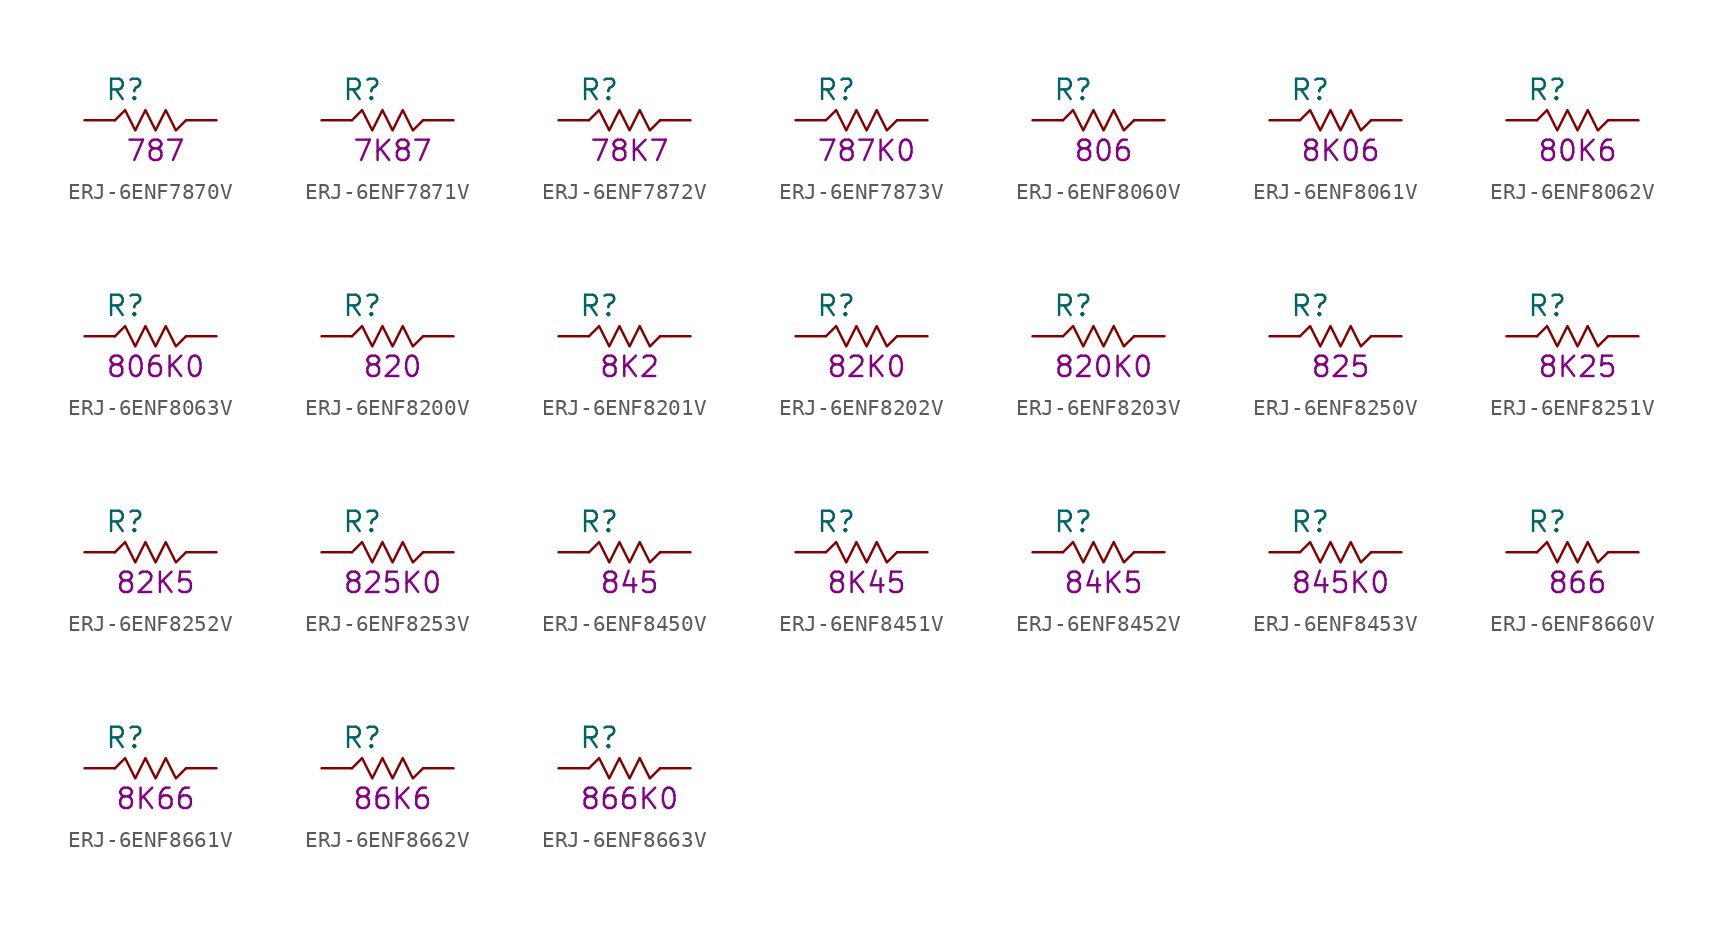
<source format=kicad_sym>
(kicad_symbol_lib
  (version 20211014)
  (generator KiCadLib_py)
  (symbol "ERJ-6ENF7870V"
    (pin_numbers hide)
    (pin_names hide)
    (property "Reference" "R"
      (at -1.905 1.905 0)
      (effects (font (size 1.27 1.27))))
    (property "Val" "787"
      (at 0 -1.905 0)
      (effects (font (size 1.27 1.27))))
    (symbol "ERJ-6ENF7870V_0_1"
      (polyline (pts (xy -2.54 0) (xy -1.905 0.635) (xy -1.27 -0.635) (xy -0.635 0.635) (xy 0 -0.635) (xy 0.635 0.635) (xy 1.27 -0.635) (xy 1.905 0)) (stroke (width 0) (type default) (color 0 0 0 0)) (fill (type none))))
    (symbol "ERJ-6ENF7870V_1_1"
      (pin passive line (at -4.445 0 0) (length 1.905) (name "~" (effects (font (size 1.27 1.27)))) (number "1" (effects (font (size 1.27 1.27)))))
      (pin passive line (at 3.81 0 180) (length 1.905) (name "~" (effects (font (size 1.27 1.27)))) (number "2" (effects (font (size 1.27 1.27)))))))
  (symbol "ERJ-6ENF7871V"
    (pin_numbers hide)
    (pin_names hide)
    (property "Reference" "R"
      (at -1.905 1.905 0)
      (effects (font (size 1.27 1.27))))
    (property "Val" "7K87"
      (at 0 -1.905 0)
      (effects (font (size 1.27 1.27))))
    (symbol "ERJ-6ENF7871V_0_1"
      (polyline (pts (xy -2.54 0) (xy -1.905 0.635) (xy -1.27 -0.635) (xy -0.635 0.635) (xy 0 -0.635) (xy 0.635 0.635) (xy 1.27 -0.635) (xy 1.905 0)) (stroke (width 0) (type default) (color 0 0 0 0)) (fill (type none))))
    (symbol "ERJ-6ENF7871V_1_1"
      (pin passive line (at -4.445 0 0) (length 1.905) (name "~" (effects (font (size 1.27 1.27)))) (number "1" (effects (font (size 1.27 1.27)))))
      (pin passive line (at 3.81 0 180) (length 1.905) (name "~" (effects (font (size 1.27 1.27)))) (number "2" (effects (font (size 1.27 1.27)))))))
  (symbol "ERJ-6ENF7872V"
    (pin_numbers hide)
    (pin_names hide)
    (property "Reference" "R"
      (at -1.905 1.905 0)
      (effects (font (size 1.27 1.27))))
    (property "Val" "78K7"
      (at 0 -1.905 0)
      (effects (font (size 1.27 1.27))))
    (symbol "ERJ-6ENF7872V_0_1"
      (polyline (pts (xy -2.54 0) (xy -1.905 0.635) (xy -1.27 -0.635) (xy -0.635 0.635) (xy 0 -0.635) (xy 0.635 0.635) (xy 1.27 -0.635) (xy 1.905 0)) (stroke (width 0) (type default) (color 0 0 0 0)) (fill (type none))))
    (symbol "ERJ-6ENF7872V_1_1"
      (pin passive line (at -4.445 0 0) (length 1.905) (name "~" (effects (font (size 1.27 1.27)))) (number "1" (effects (font (size 1.27 1.27)))))
      (pin passive line (at 3.81 0 180) (length 1.905) (name "~" (effects (font (size 1.27 1.27)))) (number "2" (effects (font (size 1.27 1.27)))))))
  (symbol "ERJ-6ENF7873V"
    (pin_numbers hide)
    (pin_names hide)
    (property "Reference" "R"
      (at -1.905 1.905 0)
      (effects (font (size 1.27 1.27))))
    (property "Val" "787K0"
      (at 0 -1.905 0)
      (effects (font (size 1.27 1.27))))
    (symbol "ERJ-6ENF7873V_0_1"
      (polyline (pts (xy -2.54 0) (xy -1.905 0.635) (xy -1.27 -0.635) (xy -0.635 0.635) (xy 0 -0.635) (xy 0.635 0.635) (xy 1.27 -0.635) (xy 1.905 0)) (stroke (width 0) (type default) (color 0 0 0 0)) (fill (type none))))
    (symbol "ERJ-6ENF7873V_1_1"
      (pin passive line (at -4.445 0 0) (length 1.905) (name "~" (effects (font (size 1.27 1.27)))) (number "1" (effects (font (size 1.27 1.27)))))
      (pin passive line (at 3.81 0 180) (length 1.905) (name "~" (effects (font (size 1.27 1.27)))) (number "2" (effects (font (size 1.27 1.27)))))))
  (symbol "ERJ-6ENF8060V"
    (pin_numbers hide)
    (pin_names hide)
    (property "Reference" "R"
      (at -1.905 1.905 0)
      (effects (font (size 1.27 1.27))))
    (property "Val" "806"
      (at 0 -1.905 0)
      (effects (font (size 1.27 1.27))))
    (symbol "ERJ-6ENF8060V_0_1"
      (polyline (pts (xy -2.54 0) (xy -1.905 0.635) (xy -1.27 -0.635) (xy -0.635 0.635) (xy 0 -0.635) (xy 0.635 0.635) (xy 1.27 -0.635) (xy 1.905 0)) (stroke (width 0) (type default) (color 0 0 0 0)) (fill (type none))))
    (symbol "ERJ-6ENF8060V_1_1"
      (pin passive line (at -4.445 0 0) (length 1.905) (name "~" (effects (font (size 1.27 1.27)))) (number "1" (effects (font (size 1.27 1.27)))))
      (pin passive line (at 3.81 0 180) (length 1.905) (name "~" (effects (font (size 1.27 1.27)))) (number "2" (effects (font (size 1.27 1.27)))))))
  (symbol "ERJ-6ENF8061V"
    (pin_numbers hide)
    (pin_names hide)
    (property "Reference" "R"
      (at -1.905 1.905 0)
      (effects (font (size 1.27 1.27))))
    (property "Val" "8K06"
      (at 0 -1.905 0)
      (effects (font (size 1.27 1.27))))
    (symbol "ERJ-6ENF8061V_0_1"
      (polyline (pts (xy -2.54 0) (xy -1.905 0.635) (xy -1.27 -0.635) (xy -0.635 0.635) (xy 0 -0.635) (xy 0.635 0.635) (xy 1.27 -0.635) (xy 1.905 0)) (stroke (width 0) (type default) (color 0 0 0 0)) (fill (type none))))
    (symbol "ERJ-6ENF8061V_1_1"
      (pin passive line (at -4.445 0 0) (length 1.905) (name "~" (effects (font (size 1.27 1.27)))) (number "1" (effects (font (size 1.27 1.27)))))
      (pin passive line (at 3.81 0 180) (length 1.905) (name "~" (effects (font (size 1.27 1.27)))) (number "2" (effects (font (size 1.27 1.27)))))))
  (symbol "ERJ-6ENF8062V"
    (pin_numbers hide)
    (pin_names hide)
    (property "Reference" "R"
      (at -1.905 1.905 0)
      (effects (font (size 1.27 1.27))))
    (property "Val" "80K6"
      (at 0 -1.905 0)
      (effects (font (size 1.27 1.27))))
    (symbol "ERJ-6ENF8062V_0_1"
      (polyline (pts (xy -2.54 0) (xy -1.905 0.635) (xy -1.27 -0.635) (xy -0.635 0.635) (xy 0 -0.635) (xy 0.635 0.635) (xy 1.27 -0.635) (xy 1.905 0)) (stroke (width 0) (type default) (color 0 0 0 0)) (fill (type none))))
    (symbol "ERJ-6ENF8062V_1_1"
      (pin passive line (at -4.445 0 0) (length 1.905) (name "~" (effects (font (size 1.27 1.27)))) (number "1" (effects (font (size 1.27 1.27)))))
      (pin passive line (at 3.81 0 180) (length 1.905) (name "~" (effects (font (size 1.27 1.27)))) (number "2" (effects (font (size 1.27 1.27)))))))
  (symbol "ERJ-6ENF8063V"
    (pin_numbers hide)
    (pin_names hide)
    (property "Reference" "R"
      (at -1.905 1.905 0)
      (effects (font (size 1.27 1.27))))
    (property "Val" "806K0"
      (at 0 -1.905 0)
      (effects (font (size 1.27 1.27))))
    (symbol "ERJ-6ENF8063V_0_1"
      (polyline (pts (xy -2.54 0) (xy -1.905 0.635) (xy -1.27 -0.635) (xy -0.635 0.635) (xy 0 -0.635) (xy 0.635 0.635) (xy 1.27 -0.635) (xy 1.905 0)) (stroke (width 0) (type default) (color 0 0 0 0)) (fill (type none))))
    (symbol "ERJ-6ENF8063V_1_1"
      (pin passive line (at -4.445 0 0) (length 1.905) (name "~" (effects (font (size 1.27 1.27)))) (number "1" (effects (font (size 1.27 1.27)))))
      (pin passive line (at 3.81 0 180) (length 1.905) (name "~" (effects (font (size 1.27 1.27)))) (number "2" (effects (font (size 1.27 1.27)))))))
  (symbol "ERJ-6ENF8200V"
    (pin_numbers hide)
    (pin_names hide)
    (property "Reference" "R"
      (at -1.905 1.905 0)
      (effects (font (size 1.27 1.27))))
    (property "Val" "820"
      (at 0 -1.905 0)
      (effects (font (size 1.27 1.27))))
    (symbol "ERJ-6ENF8200V_0_1"
      (polyline (pts (xy -2.54 0) (xy -1.905 0.635) (xy -1.27 -0.635) (xy -0.635 0.635) (xy 0 -0.635) (xy 0.635 0.635) (xy 1.27 -0.635) (xy 1.905 0)) (stroke (width 0) (type default) (color 0 0 0 0)) (fill (type none))))
    (symbol "ERJ-6ENF8200V_1_1"
      (pin passive line (at -4.445 0 0) (length 1.905) (name "~" (effects (font (size 1.27 1.27)))) (number "1" (effects (font (size 1.27 1.27)))))
      (pin passive line (at 3.81 0 180) (length 1.905) (name "~" (effects (font (size 1.27 1.27)))) (number "2" (effects (font (size 1.27 1.27)))))))
  (symbol "ERJ-6ENF8201V"
    (pin_numbers hide)
    (pin_names hide)
    (property "Reference" "R"
      (at -1.905 1.905 0)
      (effects (font (size 1.27 1.27))))
    (property "Val" "8K2"
      (at 0 -1.905 0)
      (effects (font (size 1.27 1.27))))
    (symbol "ERJ-6ENF8201V_0_1"
      (polyline (pts (xy -2.54 0) (xy -1.905 0.635) (xy -1.27 -0.635) (xy -0.635 0.635) (xy 0 -0.635) (xy 0.635 0.635) (xy 1.27 -0.635) (xy 1.905 0)) (stroke (width 0) (type default) (color 0 0 0 0)) (fill (type none))))
    (symbol "ERJ-6ENF8201V_1_1"
      (pin passive line (at -4.445 0 0) (length 1.905) (name "~" (effects (font (size 1.27 1.27)))) (number "1" (effects (font (size 1.27 1.27)))))
      (pin passive line (at 3.81 0 180) (length 1.905) (name "~" (effects (font (size 1.27 1.27)))) (number "2" (effects (font (size 1.27 1.27)))))))
  (symbol "ERJ-6ENF8202V"
    (pin_numbers hide)
    (pin_names hide)
    (property "Reference" "R"
      (at -1.905 1.905 0)
      (effects (font (size 1.27 1.27))))
    (property "Val" "82K0"
      (at 0 -1.905 0)
      (effects (font (size 1.27 1.27))))
    (symbol "ERJ-6ENF8202V_0_1"
      (polyline (pts (xy -2.54 0) (xy -1.905 0.635) (xy -1.27 -0.635) (xy -0.635 0.635) (xy 0 -0.635) (xy 0.635 0.635) (xy 1.27 -0.635) (xy 1.905 0)) (stroke (width 0) (type default) (color 0 0 0 0)) (fill (type none))))
    (symbol "ERJ-6ENF8202V_1_1"
      (pin passive line (at -4.445 0 0) (length 1.905) (name "~" (effects (font (size 1.27 1.27)))) (number "1" (effects (font (size 1.27 1.27)))))
      (pin passive line (at 3.81 0 180) (length 1.905) (name "~" (effects (font (size 1.27 1.27)))) (number "2" (effects (font (size 1.27 1.27)))))))
  (symbol "ERJ-6ENF8203V"
    (pin_numbers hide)
    (pin_names hide)
    (property "Reference" "R"
      (at -1.905 1.905 0)
      (effects (font (size 1.27 1.27))))
    (property "Val" "820K0"
      (at 0 -1.905 0)
      (effects (font (size 1.27 1.27))))
    (symbol "ERJ-6ENF8203V_0_1"
      (polyline (pts (xy -2.54 0) (xy -1.905 0.635) (xy -1.27 -0.635) (xy -0.635 0.635) (xy 0 -0.635) (xy 0.635 0.635) (xy 1.27 -0.635) (xy 1.905 0)) (stroke (width 0) (type default) (color 0 0 0 0)) (fill (type none))))
    (symbol "ERJ-6ENF8203V_1_1"
      (pin passive line (at -4.445 0 0) (length 1.905) (name "~" (effects (font (size 1.27 1.27)))) (number "1" (effects (font (size 1.27 1.27)))))
      (pin passive line (at 3.81 0 180) (length 1.905) (name "~" (effects (font (size 1.27 1.27)))) (number "2" (effects (font (size 1.27 1.27)))))))
  (symbol "ERJ-6ENF8250V"
    (pin_numbers hide)
    (pin_names hide)
    (property "Reference" "R"
      (at -1.905 1.905 0)
      (effects (font (size 1.27 1.27))))
    (property "Val" "825"
      (at 0 -1.905 0)
      (effects (font (size 1.27 1.27))))
    (symbol "ERJ-6ENF8250V_0_1"
      (polyline (pts (xy -2.54 0) (xy -1.905 0.635) (xy -1.27 -0.635) (xy -0.635 0.635) (xy 0 -0.635) (xy 0.635 0.635) (xy 1.27 -0.635) (xy 1.905 0)) (stroke (width 0) (type default) (color 0 0 0 0)) (fill (type none))))
    (symbol "ERJ-6ENF8250V_1_1"
      (pin passive line (at -4.445 0 0) (length 1.905) (name "~" (effects (font (size 1.27 1.27)))) (number "1" (effects (font (size 1.27 1.27)))))
      (pin passive line (at 3.81 0 180) (length 1.905) (name "~" (effects (font (size 1.27 1.27)))) (number "2" (effects (font (size 1.27 1.27)))))))
  (symbol "ERJ-6ENF8251V"
    (pin_numbers hide)
    (pin_names hide)
    (property "Reference" "R"
      (at -1.905 1.905 0)
      (effects (font (size 1.27 1.27))))
    (property "Val" "8K25"
      (at 0 -1.905 0)
      (effects (font (size 1.27 1.27))))
    (symbol "ERJ-6ENF8251V_0_1"
      (polyline (pts (xy -2.54 0) (xy -1.905 0.635) (xy -1.27 -0.635) (xy -0.635 0.635) (xy 0 -0.635) (xy 0.635 0.635) (xy 1.27 -0.635) (xy 1.905 0)) (stroke (width 0) (type default) (color 0 0 0 0)) (fill (type none))))
    (symbol "ERJ-6ENF8251V_1_1"
      (pin passive line (at -4.445 0 0) (length 1.905) (name "~" (effects (font (size 1.27 1.27)))) (number "1" (effects (font (size 1.27 1.27)))))
      (pin passive line (at 3.81 0 180) (length 1.905) (name "~" (effects (font (size 1.27 1.27)))) (number "2" (effects (font (size 1.27 1.27)))))))
  (symbol "ERJ-6ENF8252V"
    (pin_numbers hide)
    (pin_names hide)
    (property "Reference" "R"
      (at -1.905 1.905 0)
      (effects (font (size 1.27 1.27))))
    (property "Val" "82K5"
      (at 0 -1.905 0)
      (effects (font (size 1.27 1.27))))
    (symbol "ERJ-6ENF8252V_0_1"
      (polyline (pts (xy -2.54 0) (xy -1.905 0.635) (xy -1.27 -0.635) (xy -0.635 0.635) (xy 0 -0.635) (xy 0.635 0.635) (xy 1.27 -0.635) (xy 1.905 0)) (stroke (width 0) (type default) (color 0 0 0 0)) (fill (type none))))
    (symbol "ERJ-6ENF8252V_1_1"
      (pin passive line (at -4.445 0 0) (length 1.905) (name "~" (effects (font (size 1.27 1.27)))) (number "1" (effects (font (size 1.27 1.27)))))
      (pin passive line (at 3.81 0 180) (length 1.905) (name "~" (effects (font (size 1.27 1.27)))) (number "2" (effects (font (size 1.27 1.27)))))))
  (symbol "ERJ-6ENF8253V"
    (pin_numbers hide)
    (pin_names hide)
    (property "Reference" "R"
      (at -1.905 1.905 0)
      (effects (font (size 1.27 1.27))))
    (property "Val" "825K0"
      (at 0 -1.905 0)
      (effects (font (size 1.27 1.27))))
    (symbol "ERJ-6ENF8253V_0_1"
      (polyline (pts (xy -2.54 0) (xy -1.905 0.635) (xy -1.27 -0.635) (xy -0.635 0.635) (xy 0 -0.635) (xy 0.635 0.635) (xy 1.27 -0.635) (xy 1.905 0)) (stroke (width 0) (type default) (color 0 0 0 0)) (fill (type none))))
    (symbol "ERJ-6ENF8253V_1_1"
      (pin passive line (at -4.445 0 0) (length 1.905) (name "~" (effects (font (size 1.27 1.27)))) (number "1" (effects (font (size 1.27 1.27)))))
      (pin passive line (at 3.81 0 180) (length 1.905) (name "~" (effects (font (size 1.27 1.27)))) (number "2" (effects (font (size 1.27 1.27)))))))
  (symbol "ERJ-6ENF8450V"
    (pin_numbers hide)
    (pin_names hide)
    (property "Reference" "R"
      (at -1.905 1.905 0)
      (effects (font (size 1.27 1.27))))
    (property "Val" "845"
      (at 0 -1.905 0)
      (effects (font (size 1.27 1.27))))
    (symbol "ERJ-6ENF8450V_0_1"
      (polyline (pts (xy -2.54 0) (xy -1.905 0.635) (xy -1.27 -0.635) (xy -0.635 0.635) (xy 0 -0.635) (xy 0.635 0.635) (xy 1.27 -0.635) (xy 1.905 0)) (stroke (width 0) (type default) (color 0 0 0 0)) (fill (type none))))
    (symbol "ERJ-6ENF8450V_1_1"
      (pin passive line (at -4.445 0 0) (length 1.905) (name "~" (effects (font (size 1.27 1.27)))) (number "1" (effects (font (size 1.27 1.27)))))
      (pin passive line (at 3.81 0 180) (length 1.905) (name "~" (effects (font (size 1.27 1.27)))) (number "2" (effects (font (size 1.27 1.27)))))))
  (symbol "ERJ-6ENF8451V"
    (pin_numbers hide)
    (pin_names hide)
    (property "Reference" "R"
      (at -1.905 1.905 0)
      (effects (font (size 1.27 1.27))))
    (property "Val" "8K45"
      (at 0 -1.905 0)
      (effects (font (size 1.27 1.27))))
    (symbol "ERJ-6ENF8451V_0_1"
      (polyline (pts (xy -2.54 0) (xy -1.905 0.635) (xy -1.27 -0.635) (xy -0.635 0.635) (xy 0 -0.635) (xy 0.635 0.635) (xy 1.27 -0.635) (xy 1.905 0)) (stroke (width 0) (type default) (color 0 0 0 0)) (fill (type none))))
    (symbol "ERJ-6ENF8451V_1_1"
      (pin passive line (at -4.445 0 0) (length 1.905) (name "~" (effects (font (size 1.27 1.27)))) (number "1" (effects (font (size 1.27 1.27)))))
      (pin passive line (at 3.81 0 180) (length 1.905) (name "~" (effects (font (size 1.27 1.27)))) (number "2" (effects (font (size 1.27 1.27)))))))
  (symbol "ERJ-6ENF8452V"
    (pin_numbers hide)
    (pin_names hide)
    (property "Reference" "R"
      (at -1.905 1.905 0)
      (effects (font (size 1.27 1.27))))
    (property "Val" "84K5"
      (at 0 -1.905 0)
      (effects (font (size 1.27 1.27))))
    (symbol "ERJ-6ENF8452V_0_1"
      (polyline (pts (xy -2.54 0) (xy -1.905 0.635) (xy -1.27 -0.635) (xy -0.635 0.635) (xy 0 -0.635) (xy 0.635 0.635) (xy 1.27 -0.635) (xy 1.905 0)) (stroke (width 0) (type default) (color 0 0 0 0)) (fill (type none))))
    (symbol "ERJ-6ENF8452V_1_1"
      (pin passive line (at -4.445 0 0) (length 1.905) (name "~" (effects (font (size 1.27 1.27)))) (number "1" (effects (font (size 1.27 1.27)))))
      (pin passive line (at 3.81 0 180) (length 1.905) (name "~" (effects (font (size 1.27 1.27)))) (number "2" (effects (font (size 1.27 1.27)))))))
  (symbol "ERJ-6ENF8453V"
    (pin_numbers hide)
    (pin_names hide)
    (property "Reference" "R"
      (at -1.905 1.905 0)
      (effects (font (size 1.27 1.27))))
    (property "Val" "845K0"
      (at 0 -1.905 0)
      (effects (font (size 1.27 1.27))))
    (symbol "ERJ-6ENF8453V_0_1"
      (polyline (pts (xy -2.54 0) (xy -1.905 0.635) (xy -1.27 -0.635) (xy -0.635 0.635) (xy 0 -0.635) (xy 0.635 0.635) (xy 1.27 -0.635) (xy 1.905 0)) (stroke (width 0) (type default) (color 0 0 0 0)) (fill (type none))))
    (symbol "ERJ-6ENF8453V_1_1"
      (pin passive line (at -4.445 0 0) (length 1.905) (name "~" (effects (font (size 1.27 1.27)))) (number "1" (effects (font (size 1.27 1.27)))))
      (pin passive line (at 3.81 0 180) (length 1.905) (name "~" (effects (font (size 1.27 1.27)))) (number "2" (effects (font (size 1.27 1.27)))))))
  (symbol "ERJ-6ENF8660V"
    (pin_numbers hide)
    (pin_names hide)
    (property "Reference" "R"
      (at -1.905 1.905 0)
      (effects (font (size 1.27 1.27))))
    (property "Val" "866"
      (at 0 -1.905 0)
      (effects (font (size 1.27 1.27))))
    (symbol "ERJ-6ENF8660V_0_1"
      (polyline (pts (xy -2.54 0) (xy -1.905 0.635) (xy -1.27 -0.635) (xy -0.635 0.635) (xy 0 -0.635) (xy 0.635 0.635) (xy 1.27 -0.635) (xy 1.905 0)) (stroke (width 0) (type default) (color 0 0 0 0)) (fill (type none))))
    (symbol "ERJ-6ENF8660V_1_1"
      (pin passive line (at -4.445 0 0) (length 1.905) (name "~" (effects (font (size 1.27 1.27)))) (number "1" (effects (font (size 1.27 1.27)))))
      (pin passive line (at 3.81 0 180) (length 1.905) (name "~" (effects (font (size 1.27 1.27)))) (number "2" (effects (font (size 1.27 1.27)))))))
  (symbol "ERJ-6ENF8661V"
    (pin_numbers hide)
    (pin_names hide)
    (property "Reference" "R"
      (at -1.905 1.905 0)
      (effects (font (size 1.27 1.27))))
    (property "Val" "8K66"
      (at 0 -1.905 0)
      (effects (font (size 1.27 1.27))))
    (symbol "ERJ-6ENF8661V_0_1"
      (polyline (pts (xy -2.54 0) (xy -1.905 0.635) (xy -1.27 -0.635) (xy -0.635 0.635) (xy 0 -0.635) (xy 0.635 0.635) (xy 1.27 -0.635) (xy 1.905 0)) (stroke (width 0) (type default) (color 0 0 0 0)) (fill (type none))))
    (symbol "ERJ-6ENF8661V_1_1"
      (pin passive line (at -4.445 0 0) (length 1.905) (name "~" (effects (font (size 1.27 1.27)))) (number "1" (effects (font (size 1.27 1.27)))))
      (pin passive line (at 3.81 0 180) (length 1.905) (name "~" (effects (font (size 1.27 1.27)))) (number "2" (effects (font (size 1.27 1.27)))))))
  (symbol "ERJ-6ENF8662V"
    (pin_numbers hide)
    (pin_names hide)
    (property "Reference" "R"
      (at -1.905 1.905 0)
      (effects (font (size 1.27 1.27))))
    (property "Val" "86K6"
      (at 0 -1.905 0)
      (effects (font (size 1.27 1.27))))
    (symbol "ERJ-6ENF8662V_0_1"
      (polyline (pts (xy -2.54 0) (xy -1.905 0.635) (xy -1.27 -0.635) (xy -0.635 0.635) (xy 0 -0.635) (xy 0.635 0.635) (xy 1.27 -0.635) (xy 1.905 0)) (stroke (width 0) (type default) (color 0 0 0 0)) (fill (type none))))
    (symbol "ERJ-6ENF8662V_1_1"
      (pin passive line (at -4.445 0 0) (length 1.905) (name "~" (effects (font (size 1.27 1.27)))) (number "1" (effects (font (size 1.27 1.27)))))
      (pin passive line (at 3.81 0 180) (length 1.905) (name "~" (effects (font (size 1.27 1.27)))) (number "2" (effects (font (size 1.27 1.27)))))))
  (symbol "ERJ-6ENF8663V"
    (pin_numbers hide)
    (pin_names hide)
    (property "Reference" "R"
      (at -1.905 1.905 0)
      (effects (font (size 1.27 1.27))))
    (property "Val" "866K0"
      (at 0 -1.905 0)
      (effects (font (size 1.27 1.27))))
    (symbol "ERJ-6ENF8663V_0_1"
      (polyline (pts (xy -2.54 0) (xy -1.905 0.635) (xy -1.27 -0.635) (xy -0.635 0.635) (xy 0 -0.635) (xy 0.635 0.635) (xy 1.27 -0.635) (xy 1.905 0)) (stroke (width 0) (type default) (color 0 0 0 0)) (fill (type none))))
    (symbol "ERJ-6ENF8663V_1_1"
      (pin passive line (at -4.445 0 0) (length 1.905) (name "~" (effects (font (size 1.27 1.27)))) (number "1" (effects (font (size 1.27 1.27)))))
      (pin passive line (at 3.81 0 180) (length 1.905) (name "~" (effects (font (size 1.27 1.27)))) (number "2" (effects (font (size 1.27 1.27))))))))
</source>
